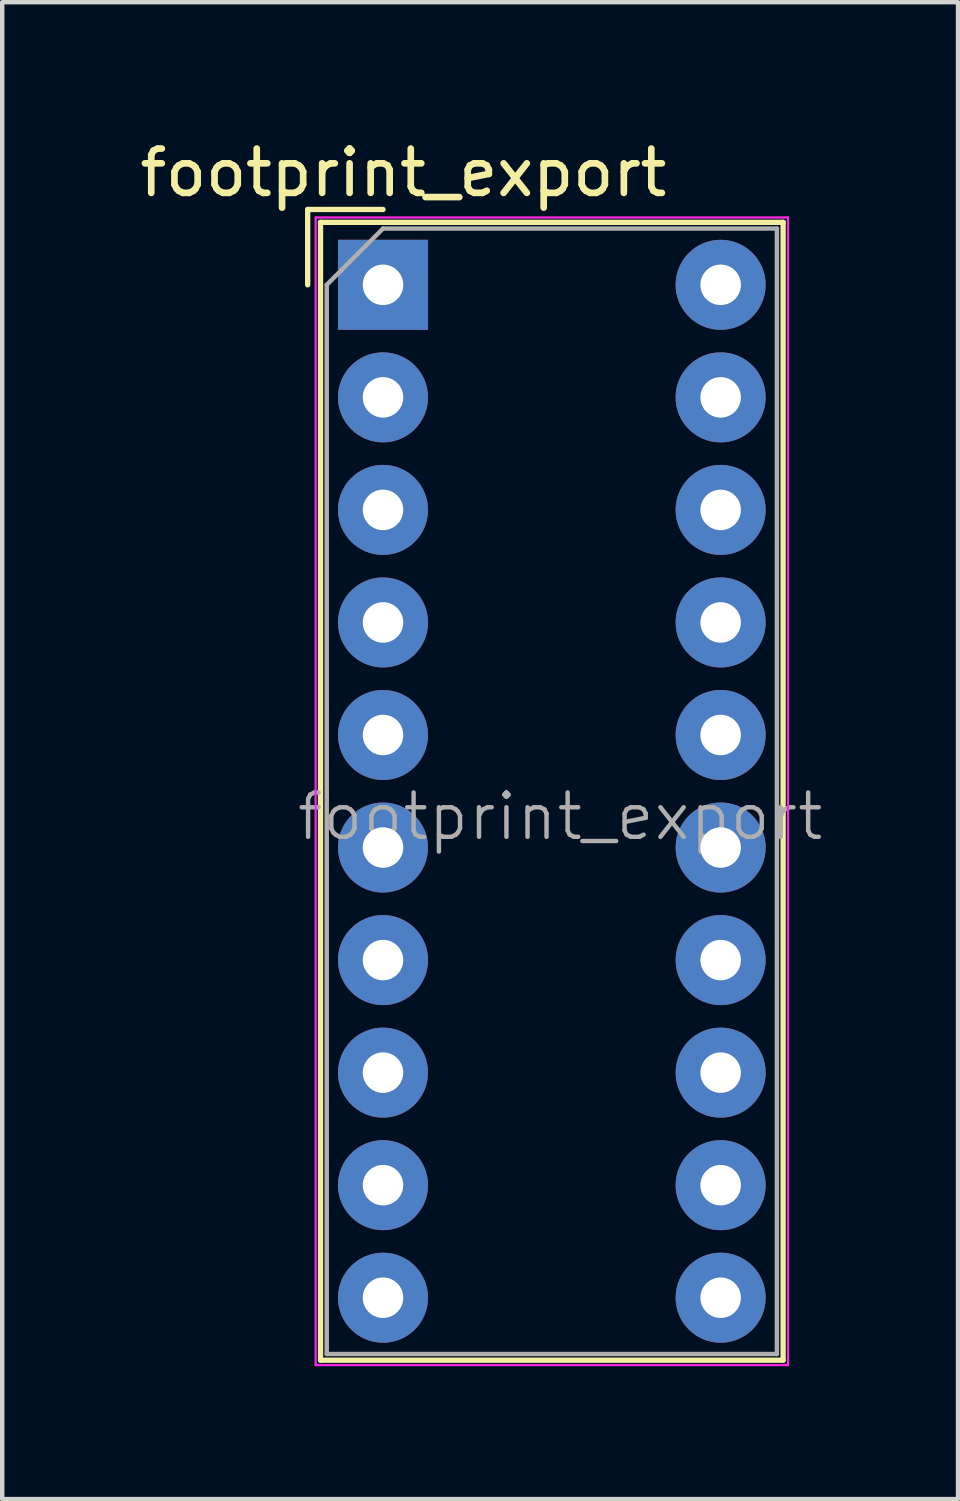
<source format=kicad_pcb>
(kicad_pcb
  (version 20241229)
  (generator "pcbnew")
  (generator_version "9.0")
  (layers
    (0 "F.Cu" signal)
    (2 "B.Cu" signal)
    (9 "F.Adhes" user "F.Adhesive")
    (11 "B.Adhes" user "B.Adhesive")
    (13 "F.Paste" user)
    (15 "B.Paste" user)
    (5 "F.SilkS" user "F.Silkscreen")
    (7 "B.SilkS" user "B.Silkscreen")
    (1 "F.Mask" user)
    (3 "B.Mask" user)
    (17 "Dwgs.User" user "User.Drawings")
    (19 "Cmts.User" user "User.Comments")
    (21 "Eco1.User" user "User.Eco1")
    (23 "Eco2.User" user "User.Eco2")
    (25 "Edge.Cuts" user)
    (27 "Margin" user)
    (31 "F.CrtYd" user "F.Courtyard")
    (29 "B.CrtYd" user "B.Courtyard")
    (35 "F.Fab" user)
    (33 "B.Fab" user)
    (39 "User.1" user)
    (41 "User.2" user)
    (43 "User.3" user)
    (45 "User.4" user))
  (footprint "footprint_export"
    (layer "F.Cu")
    (at 5.594 3.378)
    (property "Reference" "footprint_export" (at 0.46 -2.53 0) (layer "F.SilkS") (effects (font (size 1 1) (thickness 0.15))))
    (attr through_hole)
    (fp_line (start -1.7 -1.7) (end -1.7 0) (stroke (width 0.12) (type solid)) (layer "F.SilkS"))
    (fp_line (start -1.41 -1.41) (end 9.03 -1.41) (stroke (width 0.12) (type solid)) (layer "F.SilkS"))
    (fp_line (start -1.41 24.27) (end -1.41 -1.41) (stroke (width 0.12) (type solid)) (layer "F.SilkS"))
    (fp_line (start 0 -1.7) (end -1.7 -1.7) (stroke (width 0.12) (type solid)) (layer "F.SilkS"))
    (fp_line (start 9.03 -1.41) (end 9.03 24.27) (stroke (width 0.12) (type solid)) (layer "F.SilkS"))
    (fp_line (start 9.03 24.27) (end -1.41 24.27) (stroke (width 0.12) (type solid)) (layer "F.SilkS"))
    (fp_line (start -1.52 -1.52) (end -1.52 24.38) (stroke (width 0.05) (type solid)) (layer "F.CrtYd"))
    (fp_line (start -1.52 -1.52) (end 9.14 -1.52) (stroke (width 0.05) (type solid)) (layer "F.CrtYd"))
    (fp_line (start -1.52 24.38) (end 9.14 24.38) (stroke (width 0.05) (type solid)) (layer "F.CrtYd"))
    (fp_line (start 9.14 24.38) (end 9.14 -1.52) (stroke (width 0.05) (type solid)) (layer "F.CrtYd"))
    (fp_line (start -1.27 0) (end -1.27 24.13) (stroke (width 0.1) (type solid)) (layer "F.Fab"))
    (fp_line (start -1.27 24.13) (end 8.89 24.13) (stroke (width 0.1) (type solid)) (layer "F.Fab"))
    (fp_line (start 0 -1.27) (end -1.27 0) (stroke (width 0.1) (type solid)) (layer "F.Fab"))
    (fp_line (start 0 -1.27) (end 8.89 -1.27) (stroke (width 0.1) (type solid)) (layer "F.Fab"))
    (fp_line (start 8.89 -1.27) (end 8.89 24.13) (stroke (width 0.1) (type solid)) (layer "F.Fab"))
    (fp_text user "${REFERENCE}" (at 4 12 0) (layer "F.Fab") (effects (font (size 1 1) (thickness 0.1))))
    (pad "1" thru_hole rect (at 0 0 270) (size 2.032 2.032) (drill 0.914) (layers "*.Cu" "*.Mask"))
    (pad "2" thru_hole circle (at 0 2.54 270) (size 2.032 2.032) (drill 0.914) (layers "*.Cu" "*.Mask"))
    (pad "3" thru_hole circle (at 0 5.08 270) (size 2.032 2.032) (drill 0.914) (layers "*.Cu" "*.Mask"))
    (pad "4" thru_hole circle (at 0 7.62 270) (size 2.032 2.032) (drill 0.914) (layers "*.Cu" "*.Mask"))
    (pad "5" thru_hole circle (at 0 10.16 270) (size 2.032 2.032) (drill 0.914) (layers "*.Cu" "*.Mask"))
    (pad "6" thru_hole circle (at 0 12.7 270) (size 2.032 2.032) (drill 0.914) (layers "*.Cu" "*.Mask"))
    (pad "7" thru_hole circle (at 0 15.24 270) (size 2.032 2.032) (drill 0.914) (layers "*.Cu" "*.Mask"))
    (pad "8" thru_hole circle (at 0 17.78 270) (size 2.032 2.032) (drill 0.914) (layers "*.Cu" "*.Mask"))
    (pad "9" thru_hole circle (at 0 20.32 270) (size 2.032 2.032) (drill 0.914) (layers "*.Cu" "*.Mask"))
    (pad "10" thru_hole circle (at 0 22.86 270) (size 2.032 2.032) (drill 0.914) (layers "*.Cu" "*.Mask"))
    (pad "11" thru_hole circle (at 7.62 22.86 270) (size 2.032 2.032) (drill 0.914) (layers "*.Cu" "*.Mask"))
    (pad "12" thru_hole circle (at 7.62 20.32 270) (size 2.032 2.032) (drill 0.914) (layers "*.Cu" "*.Mask"))
    (pad "13" thru_hole circle (at 7.62 17.78 270) (size 2.032 2.032) (drill 0.914) (layers "*.Cu" "*.Mask"))
    (pad "14" thru_hole circle (at 7.62 15.24 270) (size 2.032 2.032) (drill 0.914) (layers "*.Cu" "*.Mask"))
    (pad "15" thru_hole circle (at 7.62 12.7 270) (size 2.032 2.032) (drill 0.914) (layers "*.Cu" "*.Mask"))
    (pad "16" thru_hole circle (at 7.62 10.16 270) (size 2.032 2.032) (drill 0.914) (layers "*.Cu" "*.Mask"))
    (pad "17" thru_hole circle (at 7.62 7.62 270) (size 2.032 2.032) (drill 0.914) (layers "*.Cu" "*.Mask"))
    (pad "18" thru_hole circle (at 7.62 5.08 270) (size 2.032 2.032) (drill 0.914) (layers "*.Cu" "*.Mask"))
    (pad "19" thru_hole circle (at 7.62 2.54 270) (size 2.032 2.032) (drill 0.914) (layers "*.Cu" "*.Mask"))
    (pad "20" thru_hole circle (at 7.62 0 270) (size 2.032 2.032) (drill 0.914) (layers "*.Cu" "*.Mask")))
  (gr_rect
    (start -3 -3)
    (end 18.572 30.783)
    (stroke (width 0.1) (type default))
    (fill no)
    (layer "Edge.Cuts")))
</source>
